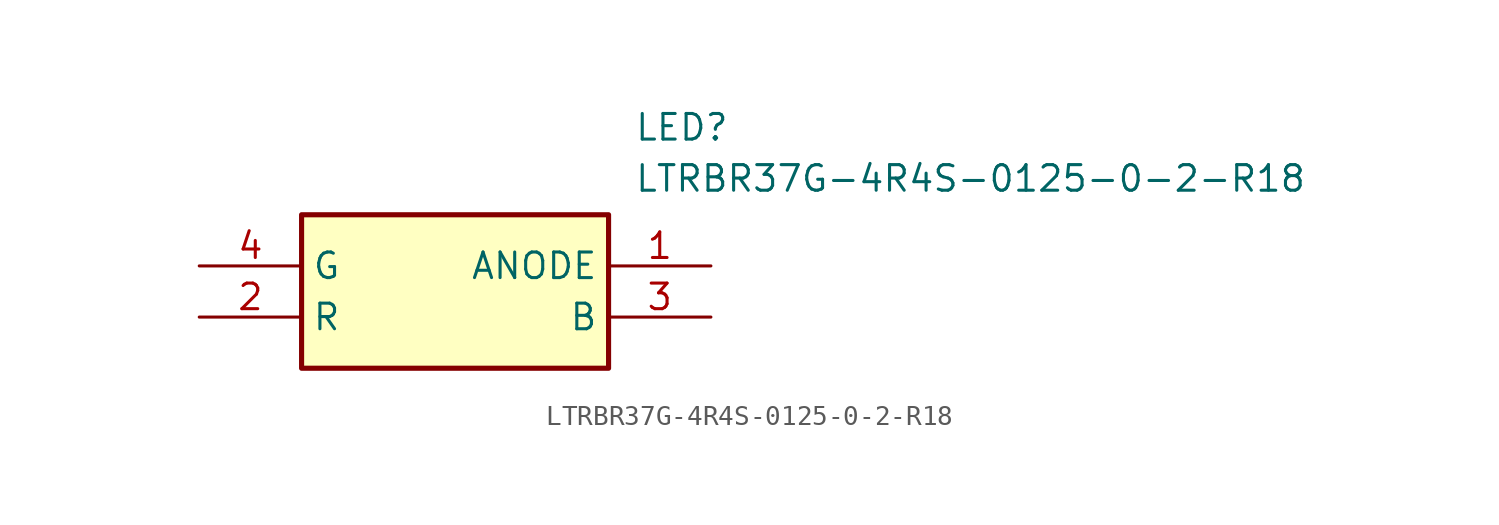
<source format=kicad_sym>
(kicad_symbol_lib
  (version 20211014)
  (generator SamacSys_ECAD_Model)
  (symbol "LTRBR37G-4R4S-0125-0-2-R18"
    (property "Reference" "LED"
      (at 21.59 7.62 0)
      (effects (font (size 1.27 1.27)) (justify left top)))
    (property "Value" "LTRBR37G-4R4S-0125-0-2-R18"
      (at 21.59 5.08 0)
      (effects (font (size 1.27 1.27)) (justify left top)))
    (rectangle
      (start 5.08 2.54)
      (end 20.32 -5.08)
      (stroke (width 0.254) (type default))
      (fill (type background)))
    (pin passive line
      (at 25.4 0 180)
      (length 5.08)
      (name "ANODE" (effects (font (size 1.27 1.27))))
      (number "1" (effects (font (size 1.27 1.27)))))
    (pin passive line
      (at 0 -2.54 0)
      (length 5.08)
      (name "R" (effects (font (size 1.27 1.27))))
      (number "2" (effects (font (size 1.27 1.27)))))
    (pin passive line
      (at 25.4 -2.54 180)
      (length 5.08)
      (name "B" (effects (font (size 1.27 1.27))))
      (number "3" (effects (font (size 1.27 1.27)))))
    (pin passive line
      (at 0 0 0)
      (length 5.08)
      (name "G" (effects (font (size 1.27 1.27))))
      (number "4" (effects (font (size 1.27 1.27)))))))
</source>
